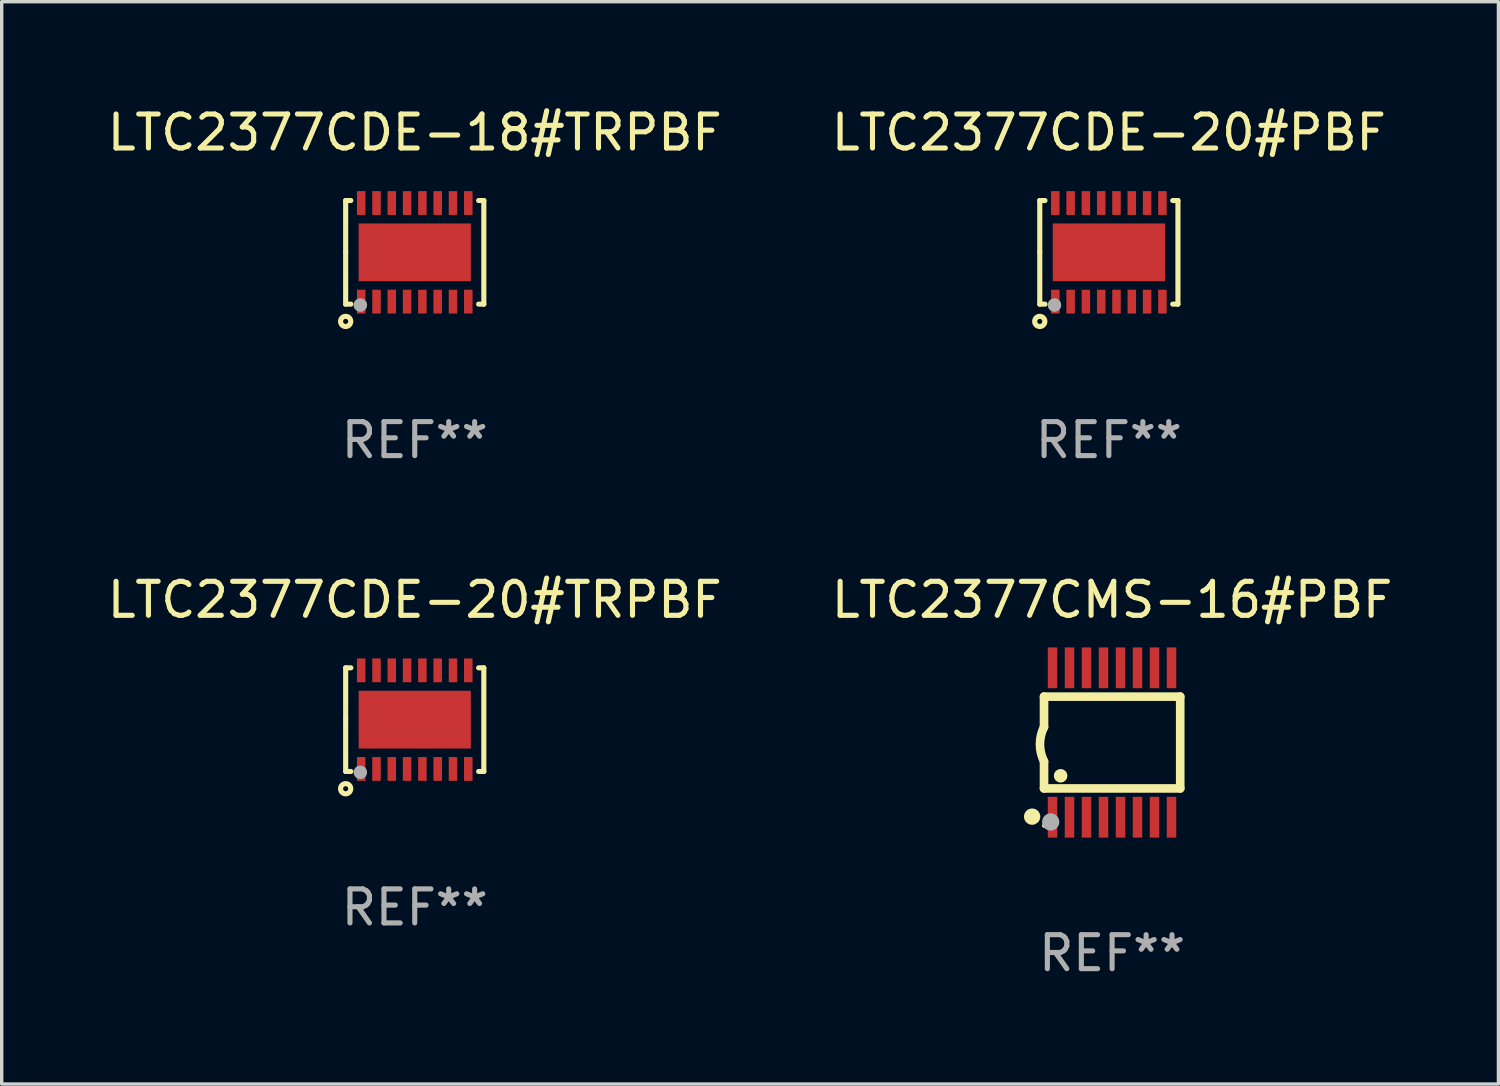
<source format=kicad_pcb>
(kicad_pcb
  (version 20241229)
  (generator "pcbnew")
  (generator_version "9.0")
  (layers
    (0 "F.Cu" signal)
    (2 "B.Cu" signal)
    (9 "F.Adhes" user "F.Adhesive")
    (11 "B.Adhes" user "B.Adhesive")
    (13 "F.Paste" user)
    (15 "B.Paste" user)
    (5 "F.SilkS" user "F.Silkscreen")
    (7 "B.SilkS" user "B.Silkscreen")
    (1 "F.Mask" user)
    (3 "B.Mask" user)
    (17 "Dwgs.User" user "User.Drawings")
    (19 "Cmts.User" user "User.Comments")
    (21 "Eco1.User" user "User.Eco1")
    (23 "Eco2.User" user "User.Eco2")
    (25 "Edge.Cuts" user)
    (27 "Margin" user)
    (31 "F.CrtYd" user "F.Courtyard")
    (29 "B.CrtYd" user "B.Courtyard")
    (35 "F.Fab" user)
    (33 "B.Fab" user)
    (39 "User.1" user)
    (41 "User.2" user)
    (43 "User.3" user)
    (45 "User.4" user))
  (footprint "LTC2377CDE-20#PBF"
    (layer "F.Cu")
    (at 29.565 4.372)
    (property "Reference" "LTC2377CDE-20#PBF" (at 0 -3.524 0) (layer "F.SilkS") (effects (font (size 1 1) (thickness 0.15))))
    (attr through_hole)
    (fp_line (start -2.032 -1.524) (end -1.879 -1.524) (stroke (width 0.15) (type solid)) (layer "F.SilkS"))
    (fp_line (start -2.032 0) (end -2.032 -1.524) (stroke (width 0.15) (type solid)) (layer "F.SilkS"))
    (fp_line (start -2.032 1.524) (end -2.032 0) (stroke (width 0.15) (type solid)) (layer "F.SilkS"))
    (fp_line (start -1.879 1.524) (end -2.032 1.524) (stroke (width 0.15) (type solid)) (layer "F.SilkS"))
    (fp_line (start 1.879 -1.524) (end 2.032 -1.524) (stroke (width 0.15) (type solid)) (layer "F.SilkS"))
    (fp_line (start 2.032 -1.524) (end 2.032 1.524) (stroke (width 0.15) (type solid)) (layer "F.SilkS"))
    (fp_line (start 2.032 1.524) (end 1.879 1.524) (stroke (width 0.15) (type solid)) (layer "F.SilkS"))
    (fp_circle (center -2.032 2.032) (end -1.882 2.032) (stroke (width 0.15) (type solid)) (fill no) (layer "F.SilkS"))
    (fp_circle (center -2 1.5) (end -1.97 1.5) (stroke (width 0.06) (type solid)) (fill no) (layer "F.SilkS"))
    (fp_circle (center -1.6 1.55) (end -1.5 1.55) (stroke (width 0.2) (type solid)) (fill no) (layer "F.Fab"))
    (fp_text user "REF**" (at 0 5.524 0) (layer "F.Fab") (effects (font (size 1 1) (thickness 0.15))))
    (pad "1" smd rect (at -1.575 1.45 90) (size 0.7 0.25) (layers "F.Cu" "F.Mask" "F.Paste"))
    (pad "2" smd rect (at -1.125 1.45 90) (size 0.7 0.25) (layers "F.Cu" "F.Mask" "F.Paste"))
    (pad "3" smd rect (at -0.675 1.45 90) (size 0.7 0.25) (layers "F.Cu" "F.Mask" "F.Paste"))
    (pad "4" smd rect (at -0.225 1.45 90) (size 0.7 0.25) (layers "F.Cu" "F.Mask" "F.Paste"))
    (pad "5" smd rect (at 0.225 1.45 90) (size 0.7 0.25) (layers "F.Cu" "F.Mask" "F.Paste"))
    (pad "6" smd rect (at 0.675 1.45 90) (size 0.7 0.25) (layers "F.Cu" "F.Mask" "F.Paste"))
    (pad "7" smd rect (at 1.125 1.45 90) (size 0.7 0.25) (layers "F.Cu" "F.Mask" "F.Paste"))
    (pad "8" smd rect (at 1.575 1.45 90) (size 0.7 0.25) (layers "F.Cu" "F.Mask" "F.Paste"))
    (pad "9" smd rect (at 1.575 -1.45 90) (size 0.7 0.25) (layers "F.Cu" "F.Mask" "F.Paste"))
    (pad "10" smd rect (at 1.125 -1.45 90) (size 0.7 0.25) (layers "F.Cu" "F.Mask" "F.Paste"))
    (pad "11" smd rect (at 0.675 -1.45 90) (size 0.7 0.25) (layers "F.Cu" "F.Mask" "F.Paste"))
    (pad "12" smd rect (at 0.225 -1.45 90) (size 0.7 0.25) (layers "F.Cu" "F.Mask" "F.Paste"))
    (pad "13" smd rect (at -0.225 -1.45 90) (size 0.7 0.25) (layers "F.Cu" "F.Mask" "F.Paste"))
    (pad "14" smd rect (at -0.675 -1.45 90) (size 0.7 0.25) (layers "F.Cu" "F.Mask" "F.Paste"))
    (pad "15" smd rect (at -1.125 -1.45 90) (size 0.7 0.25) (layers "F.Cu" "F.Mask" "F.Paste"))
    (pad "16" smd rect (at -1.575 -1.45 90) (size 0.7 0.25) (layers "F.Cu" "F.Mask" "F.Paste"))
    (pad "17" smd rect (at 0.000127 0 90) (size 1.7 3.3) (layers "F.Cu" "F.Mask" "F.Paste")))
  (footprint "LTC2377CDE-20#TRPBF"
    (layer "F.Cu")
    (at 9.149 18.117)
    (property "Reference" "LTC2377CDE-20#TRPBF" (at 0 -3.524 0) (layer "F.SilkS") (effects (font (size 1 1) (thickness 0.15))))
    (attr through_hole)
    (fp_line (start -2.032 -1.524) (end -1.879 -1.524) (stroke (width 0.15) (type solid)) (layer "F.SilkS"))
    (fp_line (start -2.032 0) (end -2.032 -1.524) (stroke (width 0.15) (type solid)) (layer "F.SilkS"))
    (fp_line (start -2.032 1.524) (end -2.032 0) (stroke (width 0.15) (type solid)) (layer "F.SilkS"))
    (fp_line (start -1.879 1.524) (end -2.032 1.524) (stroke (width 0.15) (type solid)) (layer "F.SilkS"))
    (fp_line (start 1.879 -1.524) (end 2.032 -1.524) (stroke (width 0.15) (type solid)) (layer "F.SilkS"))
    (fp_line (start 2.032 -1.524) (end 2.032 1.524) (stroke (width 0.15) (type solid)) (layer "F.SilkS"))
    (fp_line (start 2.032 1.524) (end 1.879 1.524) (stroke (width 0.15) (type solid)) (layer "F.SilkS"))
    (fp_circle (center -2.032 2.032) (end -1.882 2.032) (stroke (width 0.15) (type solid)) (fill no) (layer "F.SilkS"))
    (fp_circle (center -2 1.5) (end -1.97 1.5) (stroke (width 0.06) (type solid)) (fill no) (layer "F.SilkS"))
    (fp_circle (center -1.6 1.55) (end -1.5 1.55) (stroke (width 0.2) (type solid)) (fill no) (layer "F.Fab"))
    (fp_text user "REF**" (at 0 5.524 0) (layer "F.Fab") (effects (font (size 1 1) (thickness 0.15))))
    (pad "1" smd rect (at -1.575 1.45 90) (size 0.7 0.25) (layers "F.Cu" "F.Mask" "F.Paste"))
    (pad "2" smd rect (at -1.125 1.45 90) (size 0.7 0.25) (layers "F.Cu" "F.Mask" "F.Paste"))
    (pad "3" smd rect (at -0.675 1.45 90) (size 0.7 0.25) (layers "F.Cu" "F.Mask" "F.Paste"))
    (pad "4" smd rect (at -0.225 1.45 90) (size 0.7 0.25) (layers "F.Cu" "F.Mask" "F.Paste"))
    (pad "5" smd rect (at 0.225 1.45 90) (size 0.7 0.25) (layers "F.Cu" "F.Mask" "F.Paste"))
    (pad "6" smd rect (at 0.675 1.45 90) (size 0.7 0.25) (layers "F.Cu" "F.Mask" "F.Paste"))
    (pad "7" smd rect (at 1.125 1.45 90) (size 0.7 0.25) (layers "F.Cu" "F.Mask" "F.Paste"))
    (pad "8" smd rect (at 1.575 1.45 90) (size 0.7 0.25) (layers "F.Cu" "F.Mask" "F.Paste"))
    (pad "9" smd rect (at 1.575 -1.45 90) (size 0.7 0.25) (layers "F.Cu" "F.Mask" "F.Paste"))
    (pad "10" smd rect (at 1.125 -1.45 90) (size 0.7 0.25) (layers "F.Cu" "F.Mask" "F.Paste"))
    (pad "11" smd rect (at 0.675 -1.45 90) (size 0.7 0.25) (layers "F.Cu" "F.Mask" "F.Paste"))
    (pad "12" smd rect (at 0.225 -1.45 90) (size 0.7 0.25) (layers "F.Cu" "F.Mask" "F.Paste"))
    (pad "13" smd rect (at -0.225 -1.45 90) (size 0.7 0.25) (layers "F.Cu" "F.Mask" "F.Paste"))
    (pad "14" smd rect (at -0.675 -1.45 90) (size 0.7 0.25) (layers "F.Cu" "F.Mask" "F.Paste"))
    (pad "15" smd rect (at -1.125 -1.45 90) (size 0.7 0.25) (layers "F.Cu" "F.Mask" "F.Paste"))
    (pad "16" smd rect (at -1.575 -1.45 90) (size 0.7 0.25) (layers "F.Cu" "F.Mask" "F.Paste"))
    (pad "17" smd rect (at 0.000127 0 90) (size 1.7 3.3) (layers "F.Cu" "F.Mask" "F.Paste")))
  (footprint "LTC2377CMS-16#PBF"
    (layer "F.Cu")
    (at 29.661 18.79)
    (property "Reference" "LTC2377CMS-16#PBF" (at 0 -4.197 0) (layer "F.SilkS") (effects (font (size 1 1) (thickness 0.15))))
    (attr through_hole)
    (fp_line (start -2.003 -1.35) (end -2.003 -0.457) (stroke (width 0.254) (type solid)) (layer "F.SilkS"))
    (fp_line (start -2.003 -1.35) (end 2.003 -1.35) (stroke (width 0.254) (type solid)) (layer "F.SilkS"))
    (fp_line (start -2.003 1.35) (end -2.003 0.559) (stroke (width 0.254) (type solid)) (layer "F.SilkS"))
    (fp_line (start -2.003 1.35) (end 2.003 1.35) (stroke (width 0.254) (type solid)) (layer "F.SilkS"))
    (fp_line (start 2.003 -1.35) (end 2.003 1.35) (stroke (width 0.254) (type solid)) (layer "F.SilkS"))
    (fp_arc (start -2.002286 0.558802) (mid -2.122556 0.05092) (end -2.003302 -0.457201) (stroke (width 0.254001) (type solid)) (layer "F.SilkS"))
    (fp_circle (center -2.353 2.18) (end -2.233 2.18) (stroke (width 0.24) (type solid)) (fill no) (layer "F.SilkS"))
    (fp_circle (center -2.003 2.45) (end -1.973 2.45) (stroke (width 0.06) (type solid)) (fill no) (layer "F.SilkS"))
    (fp_circle (center -1.515 0.978) (end -1.415 0.978) (stroke (width 0.2) (type solid)) (fill no) (layer "F.SilkS"))
    (fp_circle (center -1.807 2.337) (end -1.68 2.337) (stroke (width 0.254) (type solid)) (fill no) (layer "F.Fab"))
    (fp_text user "REF**" (at 0 6.197 0) (layer "F.Fab") (effects (font (size 1 1) (thickness 0.15))))
    (pad "1" smd rect (at -1.753 2.197 90) (size 1.2 0.28) (layers "F.Cu" "F.Mask" "F.Paste"))
    (pad "2" smd rect (at -1.253 2.197 90) (size 1.2 0.28) (layers "F.Cu" "F.Mask" "F.Paste"))
    (pad "3" smd rect (at -0.753 2.197 90) (size 1.2 0.28) (layers "F.Cu" "F.Mask" "F.Paste"))
    (pad "4" smd rect (at -0.253 2.197 90) (size 1.2 0.28) (layers "F.Cu" "F.Mask" "F.Paste"))
    (pad "5" smd rect (at 0.247 2.197 90) (size 1.2 0.28) (layers "F.Cu" "F.Mask" "F.Paste"))
    (pad "6" smd rect (at 0.747 2.197 90) (size 1.2 0.28) (layers "F.Cu" "F.Mask" "F.Paste"))
    (pad "7" smd rect (at 1.247 2.197 90) (size 1.2 0.28) (layers "F.Cu" "F.Mask" "F.Paste"))
    (pad "8" smd rect (at 1.747 2.197 90) (size 1.2 0.28) (layers "F.Cu" "F.Mask" "F.Paste"))
    (pad "9" smd rect (at 1.747 -2.197 90) (size 1.2 0.28) (layers "F.Cu" "F.Mask" "F.Paste"))
    (pad "10" smd rect (at 1.247 -2.197 90) (size 1.2 0.28) (layers "F.Cu" "F.Mask" "F.Paste"))
    (pad "11" smd rect (at 0.747 -2.197 90) (size 1.2 0.28) (layers "F.Cu" "F.Mask" "F.Paste"))
    (pad "12" smd rect (at 0.247 -2.197 90) (size 1.2 0.28) (layers "F.Cu" "F.Mask" "F.Paste"))
    (pad "13" smd rect (at -0.253 -2.197 90) (size 1.2 0.28) (layers "F.Cu" "F.Mask" "F.Paste"))
    (pad "14" smd rect (at -0.753 -2.197 90) (size 1.2 0.28) (layers "F.Cu" "F.Mask" "F.Paste"))
    (pad "15" smd rect (at -1.253 -2.197 90) (size 1.2 0.28) (layers "F.Cu" "F.Mask" "F.Paste"))
    (pad "16" smd rect (at -1.753 -2.197 90) (size 1.2 0.28) (layers "F.Cu" "F.Mask" "F.Paste")))
  (footprint "LTC2377CDE-18#TRPBF"
    (layer "F.Cu")
    (at 9.149 4.372)
    (property "Reference" "LTC2377CDE-18#TRPBF" (at 0 -3.524 0) (layer "F.SilkS") (effects (font (size 1 1) (thickness 0.15))))
    (attr through_hole)
    (fp_line (start -2.032 -1.524) (end -1.879 -1.524) (stroke (width 0.15) (type solid)) (layer "F.SilkS"))
    (fp_line (start -2.032 0) (end -2.032 -1.524) (stroke (width 0.15) (type solid)) (layer "F.SilkS"))
    (fp_line (start -2.032 1.524) (end -2.032 0) (stroke (width 0.15) (type solid)) (layer "F.SilkS"))
    (fp_line (start -1.879 1.524) (end -2.032 1.524) (stroke (width 0.15) (type solid)) (layer "F.SilkS"))
    (fp_line (start 1.879 -1.524) (end 2.032 -1.524) (stroke (width 0.15) (type solid)) (layer "F.SilkS"))
    (fp_line (start 2.032 -1.524) (end 2.032 1.524) (stroke (width 0.15) (type solid)) (layer "F.SilkS"))
    (fp_line (start 2.032 1.524) (end 1.879 1.524) (stroke (width 0.15) (type solid)) (layer "F.SilkS"))
    (fp_circle (center -2.032 2.032) (end -1.882 2.032) (stroke (width 0.15) (type solid)) (fill no) (layer "F.SilkS"))
    (fp_circle (center -2 1.5) (end -1.97 1.5) (stroke (width 0.06) (type solid)) (fill no) (layer "F.SilkS"))
    (fp_circle (center -1.6 1.55) (end -1.5 1.55) (stroke (width 0.2) (type solid)) (fill no) (layer "F.Fab"))
    (fp_text user "REF**" (at 0 5.524 0) (layer "F.Fab") (effects (font (size 1 1) (thickness 0.15))))
    (pad "1" smd rect (at -1.575 1.45 90) (size 0.7 0.25) (layers "F.Cu" "F.Mask" "F.Paste"))
    (pad "2" smd rect (at -1.125 1.45 90) (size 0.7 0.25) (layers "F.Cu" "F.Mask" "F.Paste"))
    (pad "3" smd rect (at -0.675 1.45 90) (size 0.7 0.25) (layers "F.Cu" "F.Mask" "F.Paste"))
    (pad "4" smd rect (at -0.225 1.45 90) (size 0.7 0.25) (layers "F.Cu" "F.Mask" "F.Paste"))
    (pad "5" smd rect (at 0.225 1.45 90) (size 0.7 0.25) (layers "F.Cu" "F.Mask" "F.Paste"))
    (pad "6" smd rect (at 0.675 1.45 90) (size 0.7 0.25) (layers "F.Cu" "F.Mask" "F.Paste"))
    (pad "7" smd rect (at 1.125 1.45 90) (size 0.7 0.25) (layers "F.Cu" "F.Mask" "F.Paste"))
    (pad "8" smd rect (at 1.575 1.45 90) (size 0.7 0.25) (layers "F.Cu" "F.Mask" "F.Paste"))
    (pad "9" smd rect (at 1.575 -1.45 90) (size 0.7 0.25) (layers "F.Cu" "F.Mask" "F.Paste"))
    (pad "10" smd rect (at 1.125 -1.45 90) (size 0.7 0.25) (layers "F.Cu" "F.Mask" "F.Paste"))
    (pad "11" smd rect (at 0.675 -1.45 90) (size 0.7 0.25) (layers "F.Cu" "F.Mask" "F.Paste"))
    (pad "12" smd rect (at 0.225 -1.45 90) (size 0.7 0.25) (layers "F.Cu" "F.Mask" "F.Paste"))
    (pad "13" smd rect (at -0.225 -1.45 90) (size 0.7 0.25) (layers "F.Cu" "F.Mask" "F.Paste"))
    (pad "14" smd rect (at -0.675 -1.45 90) (size 0.7 0.25) (layers "F.Cu" "F.Mask" "F.Paste"))
    (pad "15" smd rect (at -1.125 -1.45 90) (size 0.7 0.25) (layers "F.Cu" "F.Mask" "F.Paste"))
    (pad "16" smd rect (at -1.575 -1.45 90) (size 0.7 0.25) (layers "F.Cu" "F.Mask" "F.Paste"))
    (pad "17" smd rect (at 0.000127 0 90) (size 1.7 3.3) (layers "F.Cu" "F.Mask" "F.Paste")))
  (gr_rect
    (start -3 -3)
    (end 41.024 28.835)
    (stroke (width 0.1) (type default))
    (fill no)
    (layer "Edge.Cuts")))
</source>
